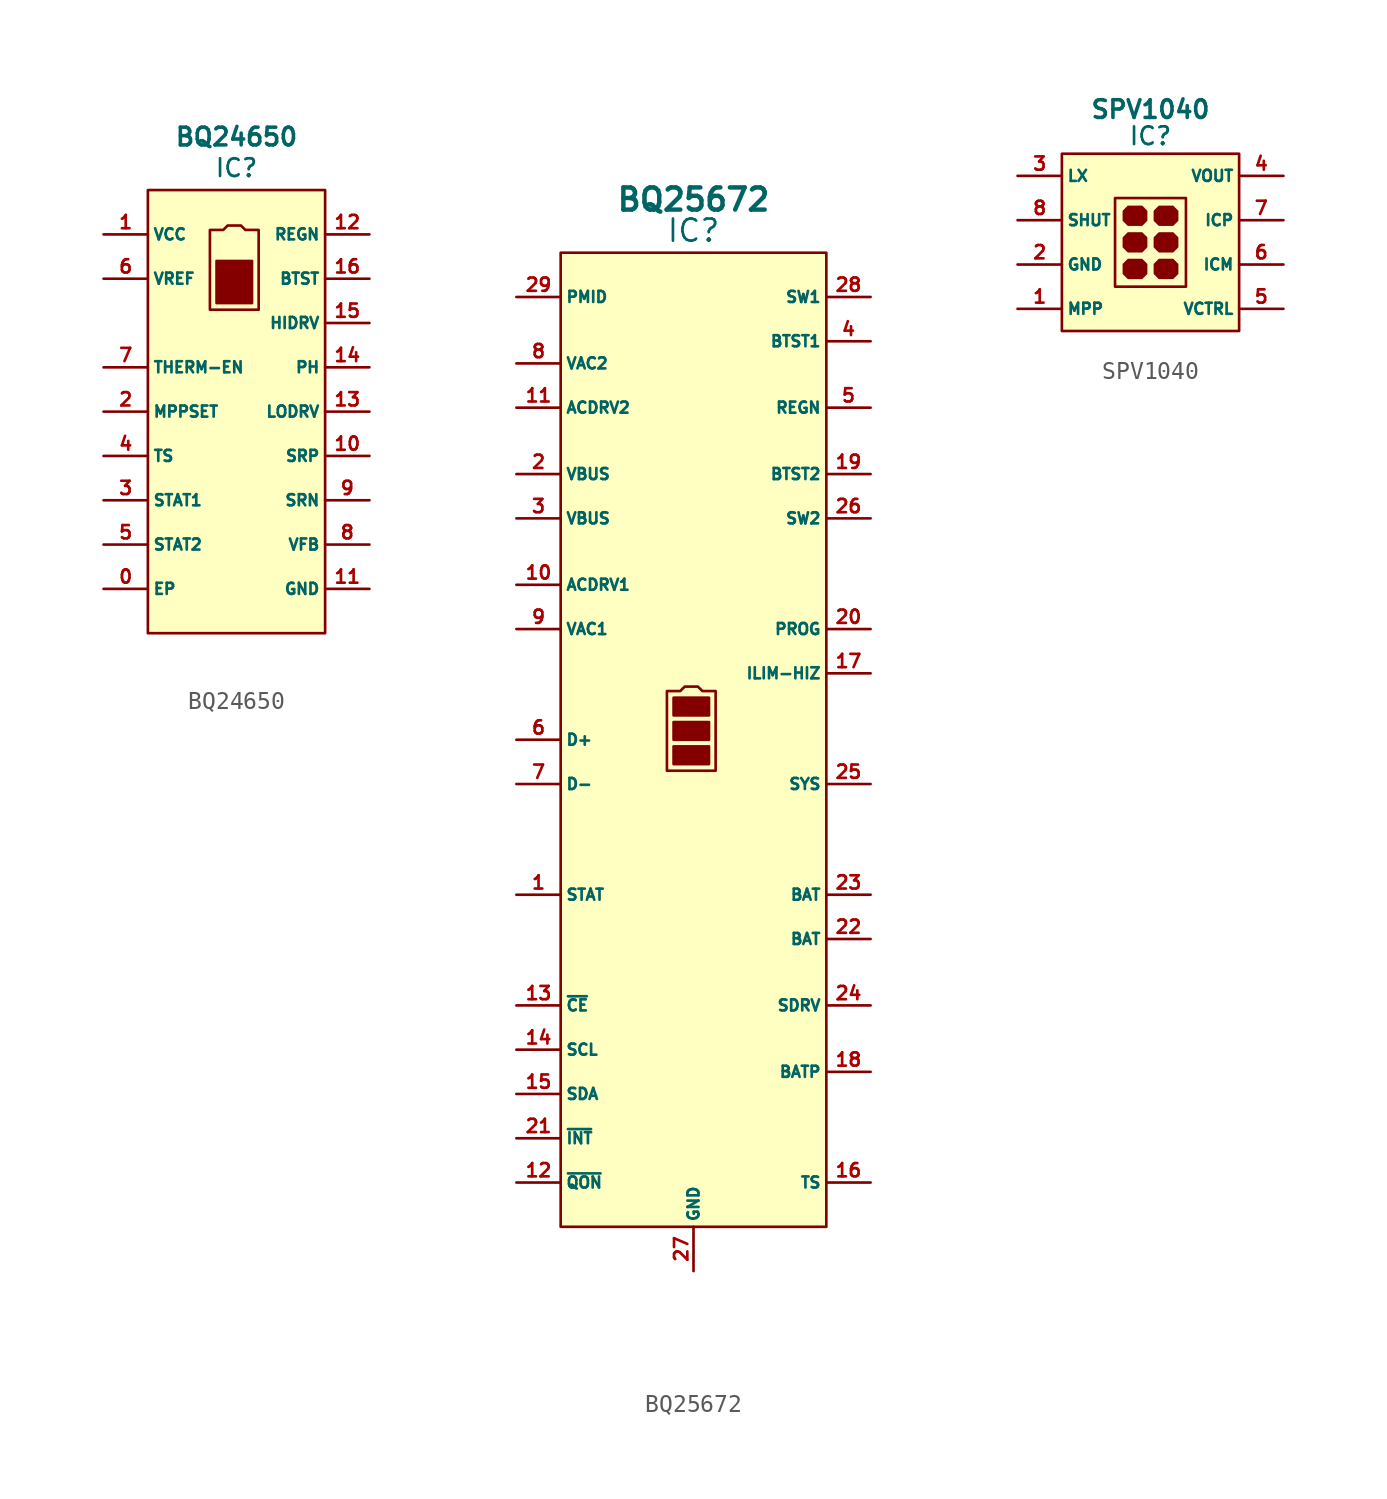
<source format=kicad_sym>
(kicad_symbol_lib
  (version 20231120)
  (generator "kicad_symbol_editor")
  (generator_version "8.0")
  (symbol "BQ24650"
    (pin_names
      (offset 0.254))
    (property "Reference" "IC"
      (at 0 13.97 0)
      (effects (font (size 1.016 1.016))))
    (property "Value" "BQ24650"
      (at 0 15.748 0)
      (effects (font (size 1.016 1.016) (bold yes))))
    (symbol "BQ24650_0_1"
      (rectangle (start -5.08 12.7) (end 5.08 -12.7) (stroke (width 0) (type solid)) (fill (type background)))
      (rectangle (start -1.143 8.636) (end 0.889 6.223) (stroke (width 0) (type solid)) (fill (type outline)))
      (polyline (pts (xy -1.524 5.842) (xy -1.524 10.414) (xy -0.762 10.414) (xy -0.508 10.668) (xy 0.254 10.668) (xy 0.508 10.414) (xy 1.27 10.414) (xy 1.27 5.842) (xy -1.524 5.842)) (stroke (width 0) (type solid)) (fill (type none))))
    (symbol "BQ24650_1_1"
      (pin passive line (at -7.62 -10.16 0) (length 2.54) (name "EP" (effects (font (size 0.635 0.635)))) (number "0" (effects (font (size 0.762 0.762)))))
      (pin passive line (at -7.62 10.16 0) (length 2.54) (name "VCC" (effects (font (size 0.635 0.635)))) (number "1" (effects (font (size 0.762 0.762)))))
      (pin passive line (at 7.62 -2.54 180) (length 2.54) (name "SRP" (effects (font (size 0.635 0.635)))) (number "10" (effects (font (size 0.762 0.762)))))
      (pin passive line (at 7.62 -10.16 180) (length 2.54) (name "GND" (effects (font (size 0.635 0.635)))) (number "11" (effects (font (size 0.762 0.762)))))
      (pin passive line (at 7.62 10.16 180) (length 2.54) (name "REGN" (effects (font (size 0.635 0.635)))) (number "12" (effects (font (size 0.762 0.762)))))
      (pin passive line (at 7.62 0 180) (length 2.54) (name "LODRV" (effects (font (size 0.635 0.635)))) (number "13" (effects (font (size 0.762 0.762)))))
      (pin passive line (at 7.62 2.54 180) (length 2.54) (name "PH" (effects (font (size 0.635 0.635)))) (number "14" (effects (font (size 0.762 0.762)))))
      (pin passive line (at 7.62 5.08 180) (length 2.54) (name "HIDRV" (effects (font (size 0.635 0.635)))) (number "15" (effects (font (size 0.762 0.762)))))
      (pin passive line (at 7.62 7.62 180) (length 2.54) (name "BTST" (effects (font (size 0.635 0.635)))) (number "16" (effects (font (size 0.762 0.762)))))
      (pin passive line (at -7.62 0 0) (length 2.54) (name "MPPSET" (effects (font (size 0.635 0.635)))) (number "2" (effects (font (size 0.762 0.762)))))
      (pin passive line (at -7.62 -5.08 0) (length 2.54) (name "STAT1" (effects (font (size 0.635 0.635)))) (number "3" (effects (font (size 0.762 0.762)))))
      (pin passive line (at -7.62 -2.54 0) (length 2.54) (name "TS" (effects (font (size 0.635 0.635)))) (number "4" (effects (font (size 0.762 0.762)))))
      (pin passive line (at -7.62 -7.62 0) (length 2.54) (name "STAT2" (effects (font (size 0.635 0.635)))) (number "5" (effects (font (size 0.762 0.762)))))
      (pin passive line (at -7.62 7.62 0) (length 2.54) (name "VREF" (effects (font (size 0.635 0.635)))) (number "6" (effects (font (size 0.762 0.762)))))
      (pin passive line (at -7.62 2.54 0) (length 2.54) (name "THERM-EN" (effects (font (size 0.635 0.635)))) (number "7" (effects (font (size 0.762 0.762)))))
      (pin passive line (at 7.62 -7.62 180) (length 2.54) (name "VFB" (effects (font (size 0.635 0.635)))) (number "8" (effects (font (size 0.762 0.762)))))
      (pin passive line (at 7.62 -5.08 180) (length 2.54) (name "SRN" (effects (font (size 0.635 0.635)))) (number "9" (effects (font (size 0.762 0.762)))))))
  (symbol "BQ25672"
    (pin_names
      (offset 0.254))
    (property "Reference" "IC"
      (at 0 29.21 0)
      (effects (font (size 1.27 1.27))))
    (property "Value" "BQ25672"
      (at 0 30.988 0)
      (effects (font (size 1.27 1.27) (bold yes))))
    (symbol "BQ25672_0_1"
      (rectangle (start -7.62 27.94) (end 7.62 -27.94) (stroke (width 0) (type solid)) (fill (type background)))
      (rectangle (start -1.143 -1.397) (end 0.889 -0.381) (stroke (width 0) (type solid)) (fill (type outline)))
      (rectangle (start -1.143 0) (end 0.889 1.016) (stroke (width 0) (type solid)) (fill (type outline)))
      (rectangle (start -1.143 1.397) (end 0.889 2.413) (stroke (width 0) (type solid)) (fill (type outline)))
      (polyline (pts (xy -1.524 -1.778) (xy -1.524 2.794) (xy -0.762 2.794) (xy -0.508 3.048) (xy 0.254 3.048) (xy 0.508 2.794) (xy 1.27 2.794) (xy 1.27 -1.778) (xy -1.524 -1.778)) (stroke (width 0) (type solid)) (fill (type none))))
    (symbol "BQ25672_1_1"
      (pin passive line (at -10.16 -8.89 0) (length 2.54) (name "STAT" (effects (font (size 0.635 0.635)))) (number "1" (effects (font (size 0.762 0.762)))))
      (pin passive line (at -10.16 8.89 0) (length 2.54) (name "ACDRV1" (effects (font (size 0.635 0.635)))) (number "10" (effects (font (size 0.762 0.762)))))
      (pin passive line (at -10.16 19.05 0) (length 2.54) (name "ACDRV2" (effects (font (size 0.635 0.635)))) (number "11" (effects (font (size 0.762 0.762)))))
      (pin passive line (at -10.16 -25.4 0) (length 2.54) (name "~{QON}" (effects (font (size 0.635 0.635)))) (number "12" (effects (font (size 0.762 0.762)))))
      (pin passive line (at -10.16 -15.24 0) (length 2.54) (name "~{CE}" (effects (font (size 0.635 0.635)))) (number "13" (effects (font (size 0.762 0.762)))))
      (pin passive line (at -10.16 -17.78 0) (length 2.54) (name "SCL" (effects (font (size 0.635 0.635)))) (number "14" (effects (font (size 0.762 0.762)))))
      (pin passive line (at -10.16 -20.32 0) (length 2.54) (name "SDA" (effects (font (size 0.635 0.635)))) (number "15" (effects (font (size 0.762 0.762)))))
      (pin passive line (at 10.16 -25.4 180) (length 2.54) (name "TS" (effects (font (size 0.635 0.635)))) (number "16" (effects (font (size 0.762 0.762)))))
      (pin passive line (at 10.16 3.81 180) (length 2.54) (name "ILIM-HIZ" (effects (font (size 0.635 0.635)))) (number "17" (effects (font (size 0.762 0.762)))))
      (pin passive line (at 10.16 -19.05 180) (length 2.54) (name "BATP" (effects (font (size 0.635 0.635)))) (number "18" (effects (font (size 0.762 0.762)))))
      (pin passive line (at 10.16 15.24 180) (length 2.54) (name "BTST2" (effects (font (size 0.635 0.635)))) (number "19" (effects (font (size 0.762 0.762)))))
      (pin passive line (at -10.16 15.24 0) (length 2.54) (name "VBUS" (effects (font (size 0.635 0.635)))) (number "2" (effects (font (size 0.762 0.762)))))
      (pin passive line (at 10.16 6.35 180) (length 2.54) (name "PROG" (effects (font (size 0.635 0.635)))) (number "20" (effects (font (size 0.762 0.762)))))
      (pin passive line (at -10.16 -22.86 0) (length 2.54) (name "~{INT}" (effects (font (size 0.635 0.635)))) (number "21" (effects (font (size 0.762 0.762)))))
      (pin passive line (at 10.16 -11.43 180) (length 2.54) (name "BAT" (effects (font (size 0.635 0.635)))) (number "22" (effects (font (size 0.762 0.762)))))
      (pin passive line (at 10.16 -8.89 180) (length 2.54) (name "BAT" (effects (font (size 0.635 0.635)))) (number "23" (effects (font (size 0.762 0.762)))))
      (pin passive line (at 10.16 -15.24 180) (length 2.54) (name "SDRV" (effects (font (size 0.635 0.635)))) (number "24" (effects (font (size 0.762 0.762)))))
      (pin passive line (at 10.16 -2.54 180) (length 2.54) (name "SYS" (effects (font (size 0.635 0.635)))) (number "25" (effects (font (size 0.762 0.762)))))
      (pin passive line (at 10.16 12.7 180) (length 2.54) (name "SW2" (effects (font (size 0.635 0.635)))) (number "26" (effects (font (size 0.762 0.762)))))
      (pin passive line (at 0 -30.48 90) (length 2.54) (name "GND" (effects (font (size 0.635 0.635)))) (number "27" (effects (font (size 0.762 0.762)))))
      (pin passive line (at 10.16 25.4 180) (length 2.54) (name "SW1" (effects (font (size 0.635 0.635)))) (number "28" (effects (font (size 0.762 0.762)))))
      (pin passive line (at -10.16 25.4 0) (length 2.54) (name "PMID" (effects (font (size 0.635 0.635)))) (number "29" (effects (font (size 0.762 0.762)))))
      (pin passive line (at -10.16 12.7 0) (length 2.54) (name "VBUS" (effects (font (size 0.635 0.635)))) (number "3" (effects (font (size 0.762 0.762)))))
      (pin passive line (at 10.16 22.86 180) (length 2.54) (name "BTST1" (effects (font (size 0.635 0.635)))) (number "4" (effects (font (size 0.762 0.762)))))
      (pin passive line (at 10.16 19.05 180) (length 2.54) (name "REGN" (effects (font (size 0.635 0.635)))) (number "5" (effects (font (size 0.762 0.762)))))
      (pin passive line (at -10.16 0 0) (length 2.54) (name "D+" (effects (font (size 0.635 0.635)))) (number "6" (effects (font (size 0.762 0.762)))))
      (pin passive line (at -10.16 -2.54 0) (length 2.54) (name "D-" (effects (font (size 0.635 0.635)))) (number "7" (effects (font (size 0.762 0.762)))))
      (pin passive line (at -10.16 21.59 0) (length 2.54) (name "VAC2" (effects (font (size 0.635 0.635)))) (number "8" (effects (font (size 0.762 0.762)))))
      (pin passive line (at -10.16 6.35 0) (length 2.54) (name "VAC1" (effects (font (size 0.635 0.635)))) (number "9" (effects (font (size 0.762 0.762)))))))
  (symbol "SPV1040"
    (pin_names
      (offset 0.254))
    (property "Reference" "IC"
      (at 0 6.096 0)
      (effects (font (size 1.016 1.016))))
    (property "Value" "SPV1040"
      (at 0 7.62 0)
      (effects (font (size 1.016 1.016) (bold yes))))
    (symbol "SPV1040_0_1"
      (rectangle (start -5.08 5.08) (end 5.08 -5.08) (stroke (width 0) (type solid)) (fill (type background)))
      (rectangle (start -2.032 2.54) (end 2.032 -2.54) (stroke (width 0) (type solid)) (fill (type none)))
      (polyline (pts (xy -1.524 -1.27) (xy -1.27 -1.016) (xy -0.508 -1.016) (xy -0.254 -1.27) (xy -0.254 -1.778) (xy -0.508 -2.032) (xy -1.27 -2.032) (xy -1.524 -1.778) (xy -1.524 -1.27)) (stroke (width 0) (type solid)) (fill (type outline)))
      (polyline (pts (xy -1.524 0.254) (xy -1.27 0.508) (xy -0.508 0.508) (xy -0.254 0.254) (xy -0.254 -0.254) (xy -0.508 -0.508) (xy -1.27 -0.508) (xy -1.524 -0.254) (xy -1.524 0.254)) (stroke (width 0) (type solid)) (fill (type outline)))
      (polyline (pts (xy -1.524 1.778) (xy -1.27 2.032) (xy -0.508 2.032) (xy -0.254 1.778) (xy -0.254 1.27) (xy -0.508 1.016) (xy -1.27 1.016) (xy -1.524 1.27) (xy -1.524 1.778)) (stroke (width 0) (type solid)) (fill (type outline)))
      (polyline (pts (xy 0.254 -1.27) (xy 0.508 -1.016) (xy 1.27 -1.016) (xy 1.524 -1.27) (xy 1.524 -1.778) (xy 1.27 -2.032) (xy 0.508 -2.032) (xy 0.254 -1.778) (xy 0.254 -1.27)) (stroke (width 0) (type solid)) (fill (type outline)))
      (polyline (pts (xy 0.254 0.254) (xy 0.508 0.508) (xy 1.27 0.508) (xy 1.524 0.254) (xy 1.524 -0.254) (xy 1.27 -0.508) (xy 0.508 -0.508) (xy 0.254 -0.254) (xy 0.254 0.254)) (stroke (width 0) (type solid)) (fill (type outline)))
      (polyline (pts (xy 0.254 1.778) (xy 0.508 2.032) (xy 1.27 2.032) (xy 1.524 1.778) (xy 1.524 1.27) (xy 1.27 1.016) (xy 0.508 1.016) (xy 0.254 1.27) (xy 0.254 1.778)) (stroke (width 0) (type solid)) (fill (type outline))))
    (symbol "SPV1040_1_1"
      (pin input line (at -7.62 -3.81 0) (length 2.54) (name "MPP" (effects (font (size 0.635 0.635)))) (number "1" (effects (font (size 0.762 0.762)))))
      (pin power_in line (at -7.62 -1.27 0) (length 2.54) (name "GND" (effects (font (size 0.635 0.635)))) (number "2" (effects (font (size 0.762 0.762)))))
      (pin passive line (at -7.62 3.81 0) (length 2.54) (name "LX" (effects (font (size 0.635 0.635)))) (number "3" (effects (font (size 0.762 0.762)))))
      (pin power_out line (at 7.62 3.81 180) (length 2.54) (name "VOUT" (effects (font (size 0.635 0.635)))) (number "4" (effects (font (size 0.762 0.762)))))
      (pin input line (at 7.62 -3.81 180) (length 2.54) (name "VCTRL" (effects (font (size 0.635 0.635)))) (number "5" (effects (font (size 0.762 0.762)))))
      (pin passive line (at 7.62 -1.27 180) (length 2.54) (name "ICM" (effects (font (size 0.635 0.635)))) (number "6" (effects (font (size 0.762 0.762)))))
      (pin passive line (at 7.62 1.27 180) (length 2.54) (name "ICP" (effects (font (size 0.635 0.635)))) (number "7" (effects (font (size 0.762 0.762)))))
      (pin input line (at -7.62 1.27 0) (length 2.54) (name "SHUT" (effects (font (size 0.635 0.635)))) (number "8" (effects (font (size 0.762 0.762))))))))
</source>
